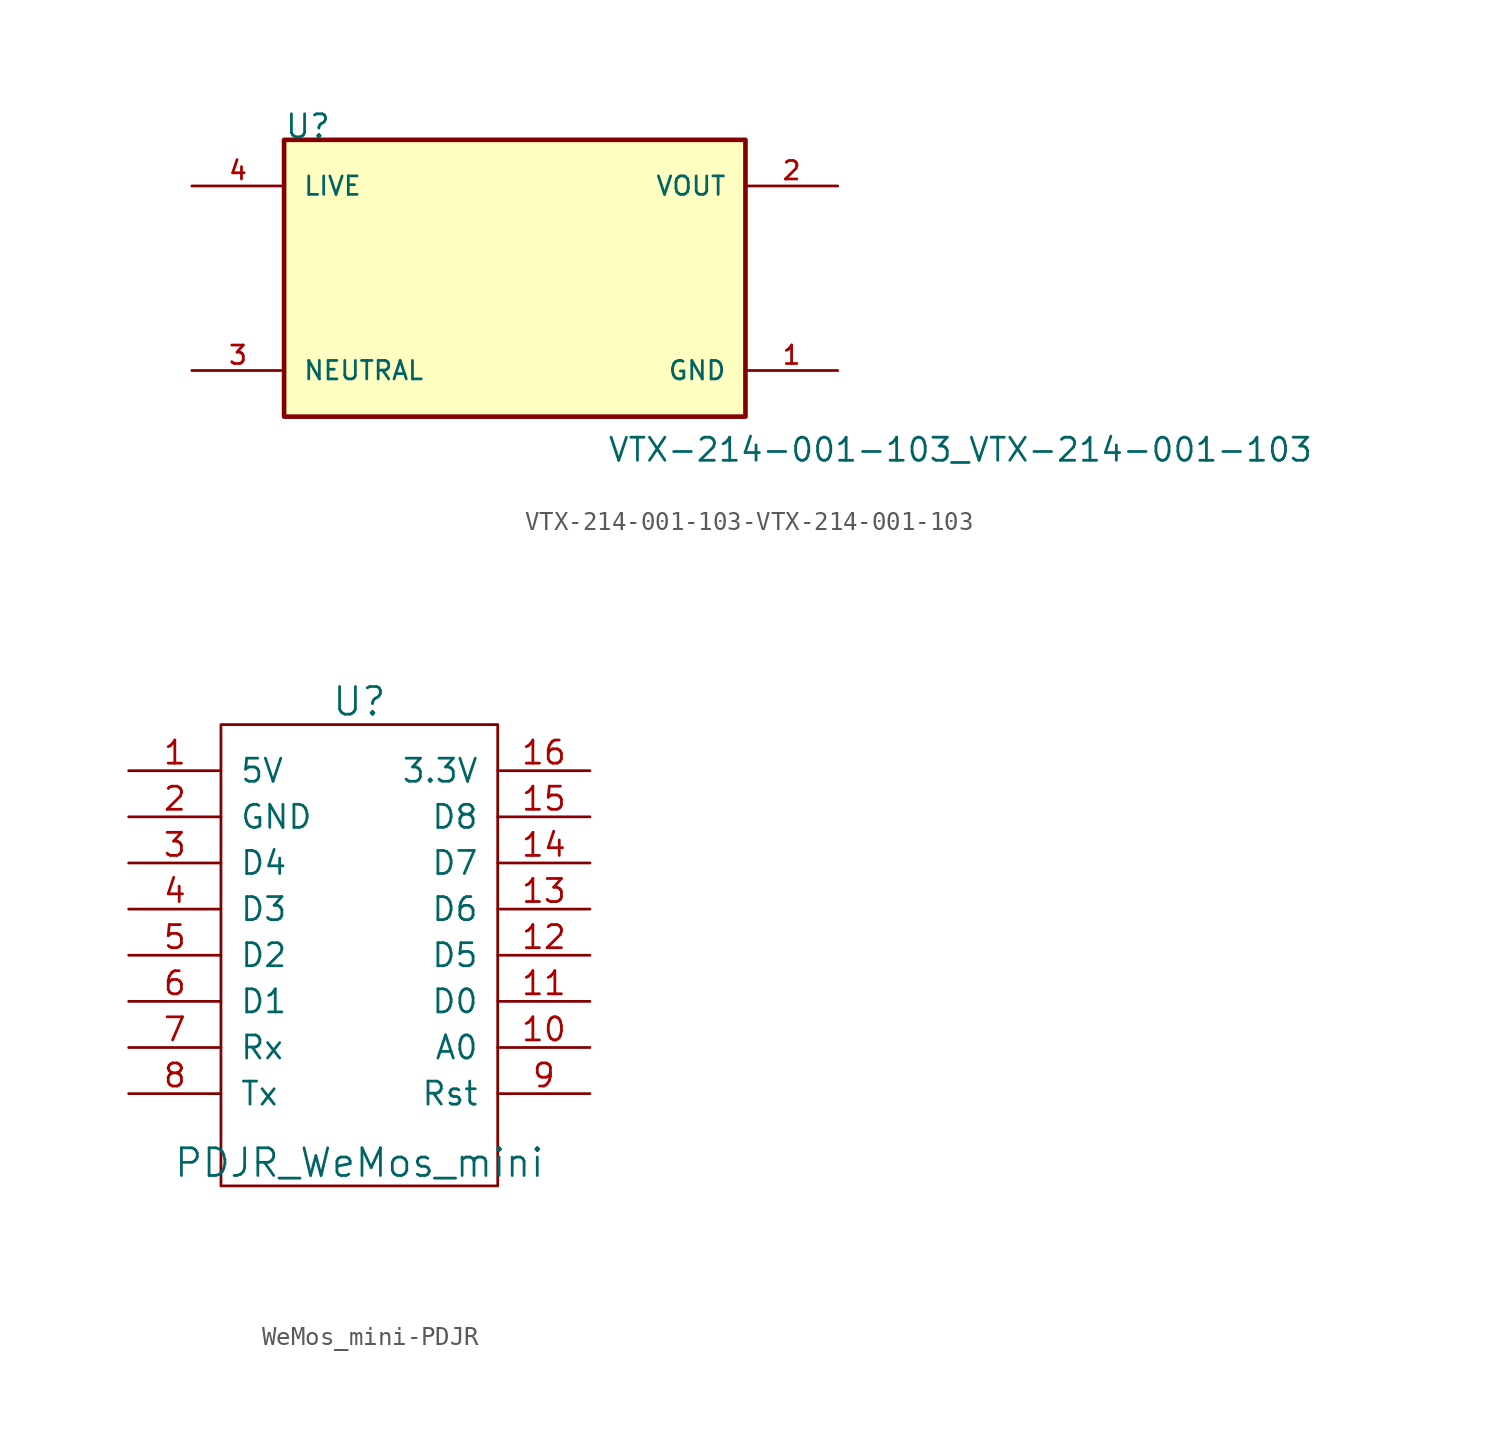
<source format=kicad_sym>
(kicad_symbol_lib
  (version 20220914)
  (generator kicad_symbol_editor)
  (symbol "VTX-214-001-103-VTX-214-001-103"
    (pin_names
      (offset 1.016))
    (property "Reference" "U"
      (at -12.7 7.62 0)
      (effects (font (size 1.27 1.27)) (justify left bottom)))
    (property "Value" "VTX-214-001-103_VTX-214-001-103"
      (at 5.08 -10.185 0)
      (effects (font (size 1.27 1.27)) (justify left bottom)))
    (property "ki_locked" ""
      (at 0 0 0)
      (effects (font (size 1.27 1.27))))
    (symbol "VTX-214-001-103-VTX-214-001-103_0_0"
      (rectangle (start -12.7 -7.62) (end 12.7 7.62) (stroke (width 0.254) (type solid)) (fill (type background)))
      (pin output line (at 17.78 -5.08 180) (length 5.08) (name "GND" (effects (font (size 1.016 1.016)))) (number "1" (effects (font (size 1.016 1.016)))))
      (pin output line (at 17.78 5.08 180) (length 5.08) (name "VOUT" (effects (font (size 1.016 1.016)))) (number "2" (effects (font (size 1.016 1.016)))))
      (pin input line (at -17.78 -5.08 0) (length 5.08) (name "NEUTRAL" (effects (font (size 1.016 1.016)))) (number "3" (effects (font (size 1.016 1.016)))))
      (pin input line (at -17.78 5.08 0) (length 5.08) (name "LIVE" (effects (font (size 1.016 1.016)))) (number "4" (effects (font (size 1.016 1.016)))))))
  (symbol "WeMos_mini-PDJR"
    (pin_names
      (offset 1.016))
    (property "Reference" "U"
      (at 0 12.7 0)
      (effects (font (size 1.524 1.524))))
    (property "Value" "PDJR_WeMos_mini"
      (at 0 -12.7 0)
      (effects (font (size 1.524 1.524))))
    (property "Footprint" ""
      (at 13.97 -17.78 0)
      (effects (font (size 1.524 1.524))))
    (property "Datasheet" ""
      (at 13.97 -17.78 0)
      (effects (font (size 1.524 1.524))))
    (symbol "WeMos_mini-PDJR_0_1"
      (rectangle (start -7.62 11.43) (end 7.62 -13.97) (stroke (width 0) (type solid)) (fill (type none))))
    (symbol "WeMos_mini-PDJR_1_1"
      (pin power_in line (at -12.7 8.89 0) (length 5.08) (name "5V" (effects (font (size 1.27 1.27)))) (number "1" (effects (font (size 1.27 1.27)))))
      (pin bidirectional line (at 12.7 -6.35 180) (length 5.08) (name "A0" (effects (font (size 1.27 1.27)))) (number "10" (effects (font (size 1.27 1.27)))))
      (pin bidirectional line (at 12.7 -3.81 180) (length 5.08) (name "D0" (effects (font (size 1.27 1.27)))) (number "11" (effects (font (size 1.27 1.27)))))
      (pin bidirectional line (at 12.7 -1.27 180) (length 5.08) (name "D5" (effects (font (size 1.27 1.27)))) (number "12" (effects (font (size 1.27 1.27)))))
      (pin bidirectional line (at 12.7 1.27 180) (length 5.08) (name "D6" (effects (font (size 1.27 1.27)))) (number "13" (effects (font (size 1.27 1.27)))))
      (pin bidirectional line (at 12.7 3.81 180) (length 5.08) (name "D7" (effects (font (size 1.27 1.27)))) (number "14" (effects (font (size 1.27 1.27)))))
      (pin bidirectional line (at 12.7 6.35 180) (length 5.08) (name "D8" (effects (font (size 1.27 1.27)))) (number "15" (effects (font (size 1.27 1.27)))))
      (pin power_out line (at 12.7 8.89 180) (length 5.08) (name "3.3V" (effects (font (size 1.27 1.27)))) (number "16" (effects (font (size 1.27 1.27)))))
      (pin power_in line (at -12.7 6.35 0) (length 5.08) (name "GND" (effects (font (size 1.27 1.27)))) (number "2" (effects (font (size 1.27 1.27)))))
      (pin bidirectional line (at -12.7 3.81 0) (length 5.08) (name "D4" (effects (font (size 1.27 1.27)))) (number "3" (effects (font (size 1.27 1.27)))))
      (pin bidirectional line (at -12.7 1.27 0) (length 5.08) (name "D3" (effects (font (size 1.27 1.27)))) (number "4" (effects (font (size 1.27 1.27)))))
      (pin bidirectional line (at -12.7 -1.27 0) (length 5.08) (name "D2" (effects (font (size 1.27 1.27)))) (number "5" (effects (font (size 1.27 1.27)))))
      (pin bidirectional line (at -12.7 -3.81 0) (length 5.08) (name "D1" (effects (font (size 1.27 1.27)))) (number "6" (effects (font (size 1.27 1.27)))))
      (pin bidirectional line (at -12.7 -6.35 0) (length 5.08) (name "Rx" (effects (font (size 1.27 1.27)))) (number "7" (effects (font (size 1.27 1.27)))))
      (pin bidirectional line (at -12.7 -8.89 0) (length 5.08) (name "Tx" (effects (font (size 1.27 1.27)))) (number "8" (effects (font (size 1.27 1.27)))))
      (pin bidirectional line (at 12.7 -8.89 180) (length 5.08) (name "Rst" (effects (font (size 1.27 1.27)))) (number "9" (effects (font (size 1.27 1.27))))))))
</source>
